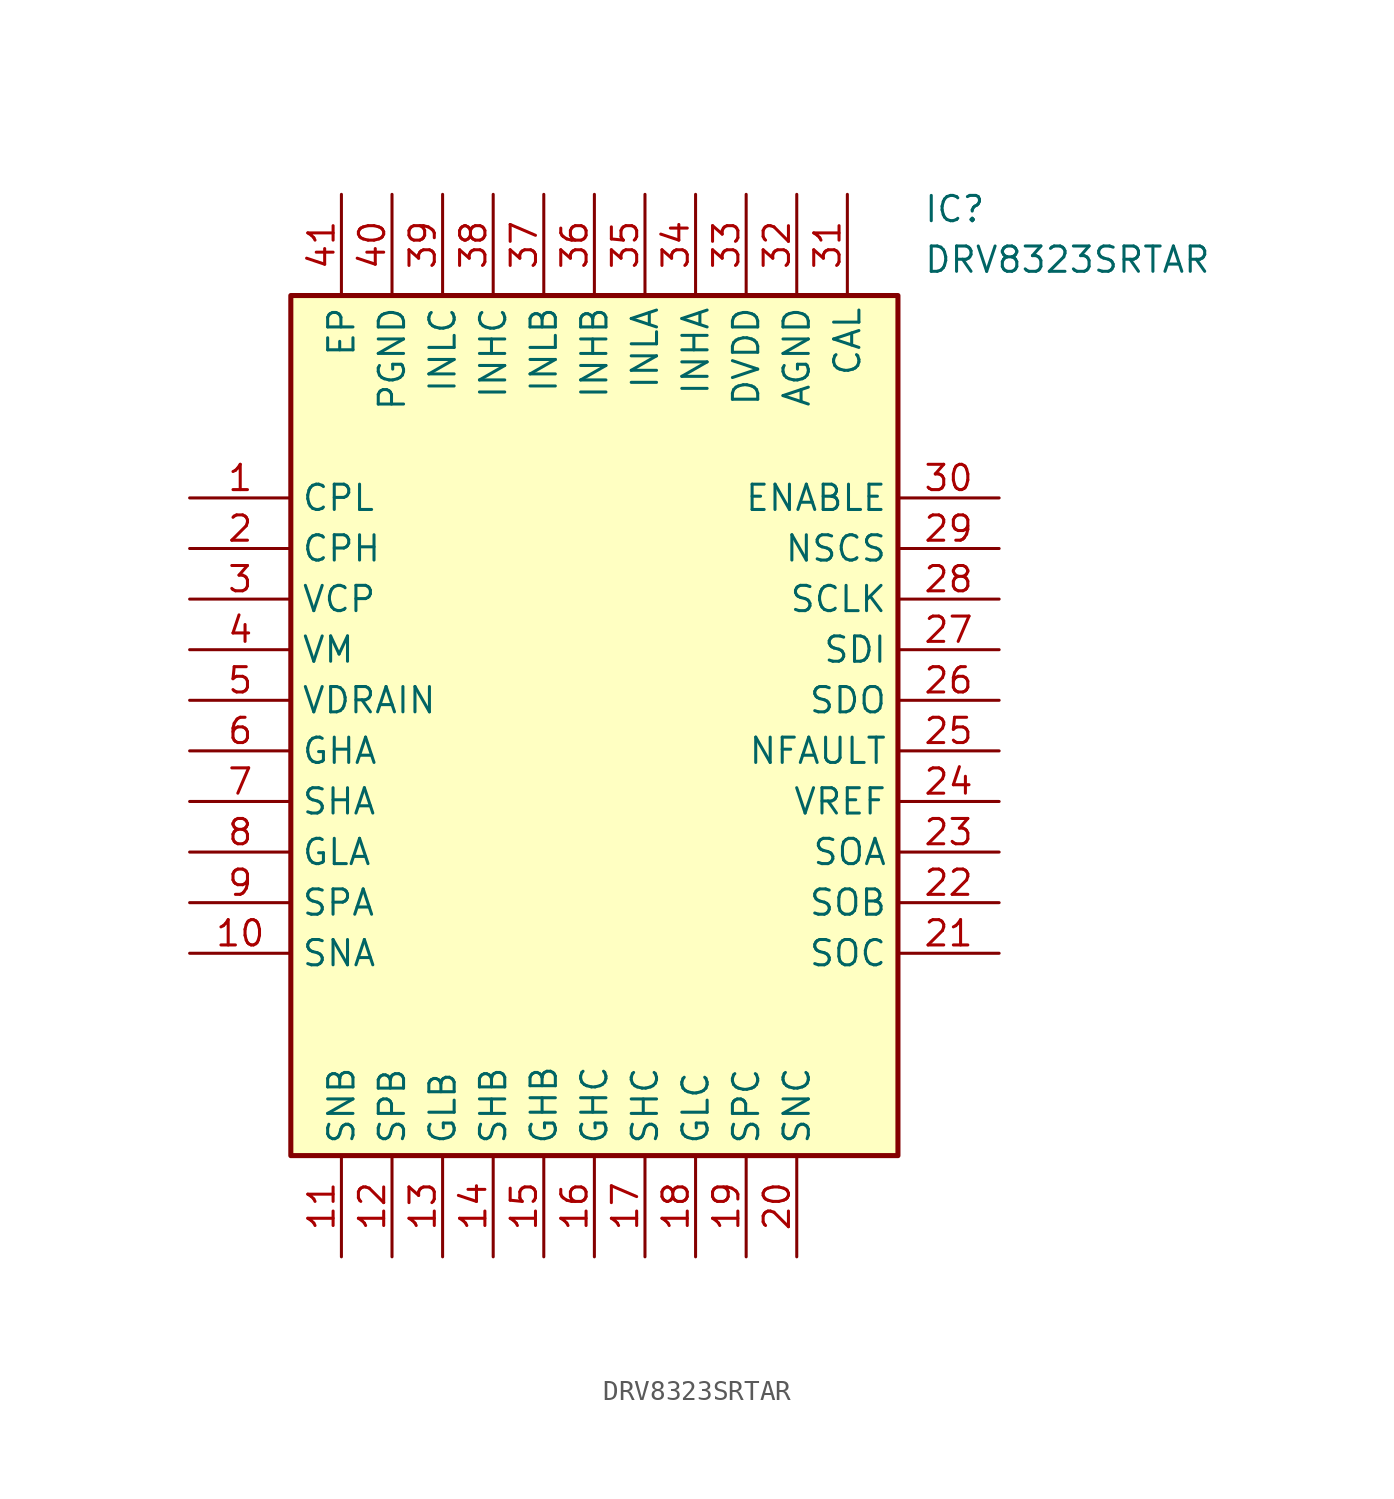
<source format=kicad_sym>
(kicad_symbol_lib
  (version 20211014)
  (generator SamacSys_ECAD_Model)
  (symbol "DRV8323SRTAR"
    (property "Reference" "IC"
      (at 36.83 15.24 0)
      (effects (font (size 1.27 1.27)) (justify left top)))
    (property "Value" "DRV8323SRTAR"
      (at 36.83 12.7 0)
      (effects (font (size 1.27 1.27)) (justify left top)))
    (rectangle
      (start 5.08 10.16)
      (end 35.56 -33.02)
      (stroke (width 0.254) (type default))
      (fill (type background)))
    (pin power_in line
      (at 0 0 0)
      (length 5.08)
      (name "CPL" (effects (font (size 1.27 1.27))))
      (number "1" (effects (font (size 1.27 1.27)))))
    (pin power_in line
      (at 0 -2.54 0)
      (length 5.08)
      (name "CPH" (effects (font (size 1.27 1.27))))
      (number "2" (effects (font (size 1.27 1.27)))))
    (pin power_in line
      (at 0 -5.08 0)
      (length 5.08)
      (name "VCP" (effects (font (size 1.27 1.27))))
      (number "3" (effects (font (size 1.27 1.27)))))
    (pin power_in line
      (at 0 -7.62 0)
      (length 5.08)
      (name "VM" (effects (font (size 1.27 1.27))))
      (number "4" (effects (font (size 1.27 1.27)))))
    (pin input line
      (at 0 -10.16 0)
      (length 5.08)
      (name "VDRAIN" (effects (font (size 1.27 1.27))))
      (number "5" (effects (font (size 1.27 1.27)))))
    (pin output line
      (at 0 -12.7 0)
      (length 5.08)
      (name "GHA" (effects (font (size 1.27 1.27))))
      (number "6" (effects (font (size 1.27 1.27)))))
    (pin input line
      (at 0 -15.24 0)
      (length 5.08)
      (name "SHA" (effects (font (size 1.27 1.27))))
      (number "7" (effects (font (size 1.27 1.27)))))
    (pin output line
      (at 0 -17.78 0)
      (length 5.08)
      (name "GLA" (effects (font (size 1.27 1.27))))
      (number "8" (effects (font (size 1.27 1.27)))))
    (pin input line
      (at 0 -20.32 0)
      (length 5.08)
      (name "SPA" (effects (font (size 1.27 1.27))))
      (number "9" (effects (font (size 1.27 1.27)))))
    (pin input line
      (at 0 -22.86 0)
      (length 5.08)
      (name "SNA" (effects (font (size 1.27 1.27))))
      (number "10" (effects (font (size 1.27 1.27)))))
    (pin input line
      (at 7.62 -38.1 90)
      (length 5.08)
      (name "SNB" (effects (font (size 1.27 1.27))))
      (number "11" (effects (font (size 1.27 1.27)))))
    (pin input line
      (at 10.16 -38.1 90)
      (length 5.08)
      (name "SPB" (effects (font (size 1.27 1.27))))
      (number "12" (effects (font (size 1.27 1.27)))))
    (pin output line
      (at 12.7 -38.1 90)
      (length 5.08)
      (name "GLB" (effects (font (size 1.27 1.27))))
      (number "13" (effects (font (size 1.27 1.27)))))
    (pin input line
      (at 15.24 -38.1 90)
      (length 5.08)
      (name "SHB" (effects (font (size 1.27 1.27))))
      (number "14" (effects (font (size 1.27 1.27)))))
    (pin output line
      (at 17.78 -38.1 90)
      (length 5.08)
      (name "GHB" (effects (font (size 1.27 1.27))))
      (number "15" (effects (font (size 1.27 1.27)))))
    (pin output line
      (at 20.32 -38.1 90)
      (length 5.08)
      (name "GHC" (effects (font (size 1.27 1.27))))
      (number "16" (effects (font (size 1.27 1.27)))))
    (pin input line
      (at 22.86 -38.1 90)
      (length 5.08)
      (name "SHC" (effects (font (size 1.27 1.27))))
      (number "17" (effects (font (size 1.27 1.27)))))
    (pin output line
      (at 25.4 -38.1 90)
      (length 5.08)
      (name "GLC" (effects (font (size 1.27 1.27))))
      (number "18" (effects (font (size 1.27 1.27)))))
    (pin input line
      (at 27.94 -38.1 90)
      (length 5.08)
      (name "SPC" (effects (font (size 1.27 1.27))))
      (number "19" (effects (font (size 1.27 1.27)))))
    (pin input line
      (at 30.48 -38.1 90)
      (length 5.08)
      (name "SNC" (effects (font (size 1.27 1.27))))
      (number "20" (effects (font (size 1.27 1.27)))))
    (pin input line
      (at 40.64 0 180)
      (length 5.08)
      (name "ENABLE" (effects (font (size 1.27 1.27))))
      (number "30" (effects (font (size 1.27 1.27)))))
    (pin input line
      (at 40.64 -2.54 180)
      (length 5.08)
      (name "NSCS" (effects (font (size 1.27 1.27))))
      (number "29" (effects (font (size 1.27 1.27)))))
    (pin input line
      (at 40.64 -5.08 180)
      (length 5.08)
      (name "SCLK" (effects (font (size 1.27 1.27))))
      (number "28" (effects (font (size 1.27 1.27)))))
    (pin input line
      (at 40.64 -7.62 180)
      (length 5.08)
      (name "SDI" (effects (font (size 1.27 1.27))))
      (number "27" (effects (font (size 1.27 1.27)))))
    (pin passive line
      (at 40.64 -10.16 180)
      (length 5.08)
      (name "SDO" (effects (font (size 1.27 1.27))))
      (number "26" (effects (font (size 1.27 1.27)))))
    (pin passive line
      (at 40.64 -12.7 180)
      (length 5.08)
      (name "NFAULT" (effects (font (size 1.27 1.27))))
      (number "25" (effects (font (size 1.27 1.27)))))
    (pin power_in line
      (at 40.64 -15.24 180)
      (length 5.08)
      (name "VREF" (effects (font (size 1.27 1.27))))
      (number "24" (effects (font (size 1.27 1.27)))))
    (pin output line
      (at 40.64 -17.78 180)
      (length 5.08)
      (name "SOA" (effects (font (size 1.27 1.27))))
      (number "23" (effects (font (size 1.27 1.27)))))
    (pin output line
      (at 40.64 -20.32 180)
      (length 5.08)
      (name "SOB" (effects (font (size 1.27 1.27))))
      (number "22" (effects (font (size 1.27 1.27)))))
    (pin output line
      (at 40.64 -22.86 180)
      (length 5.08)
      (name "SOC" (effects (font (size 1.27 1.27))))
      (number "21" (effects (font (size 1.27 1.27)))))
    (pin power_in line
      (at 7.62 15.24 270)
      (length 5.08)
      (name "EP" (effects (font (size 1.27 1.27))))
      (number "41" (effects (font (size 1.27 1.27)))))
    (pin power_in line
      (at 10.16 15.24 270)
      (length 5.08)
      (name "PGND" (effects (font (size 1.27 1.27))))
      (number "40" (effects (font (size 1.27 1.27)))))
    (pin input line
      (at 12.7 15.24 270)
      (length 5.08)
      (name "INLC" (effects (font (size 1.27 1.27))))
      (number "39" (effects (font (size 1.27 1.27)))))
    (pin input line
      (at 15.24 15.24 270)
      (length 5.08)
      (name "INHC" (effects (font (size 1.27 1.27))))
      (number "38" (effects (font (size 1.27 1.27)))))
    (pin input line
      (at 17.78 15.24 270)
      (length 5.08)
      (name "INLB" (effects (font (size 1.27 1.27))))
      (number "37" (effects (font (size 1.27 1.27)))))
    (pin input line
      (at 20.32 15.24 270)
      (length 5.08)
      (name "INHB" (effects (font (size 1.27 1.27))))
      (number "36" (effects (font (size 1.27 1.27)))))
    (pin input line
      (at 22.86 15.24 270)
      (length 5.08)
      (name "INLA" (effects (font (size 1.27 1.27))))
      (number "35" (effects (font (size 1.27 1.27)))))
    (pin input line
      (at 25.4 15.24 270)
      (length 5.08)
      (name "INHA" (effects (font (size 1.27 1.27))))
      (number "34" (effects (font (size 1.27 1.27)))))
    (pin power_in line
      (at 27.94 15.24 270)
      (length 5.08)
      (name "DVDD" (effects (font (size 1.27 1.27))))
      (number "33" (effects (font (size 1.27 1.27)))))
    (pin power_in line
      (at 30.48 15.24 270)
      (length 5.08)
      (name "AGND" (effects (font (size 1.27 1.27))))
      (number "32" (effects (font (size 1.27 1.27)))))
    (pin input line
      (at 33.02 15.24 270)
      (length 5.08)
      (name "CAL" (effects (font (size 1.27 1.27))))
      (number "31" (effects (font (size 1.27 1.27)))))))
</source>
